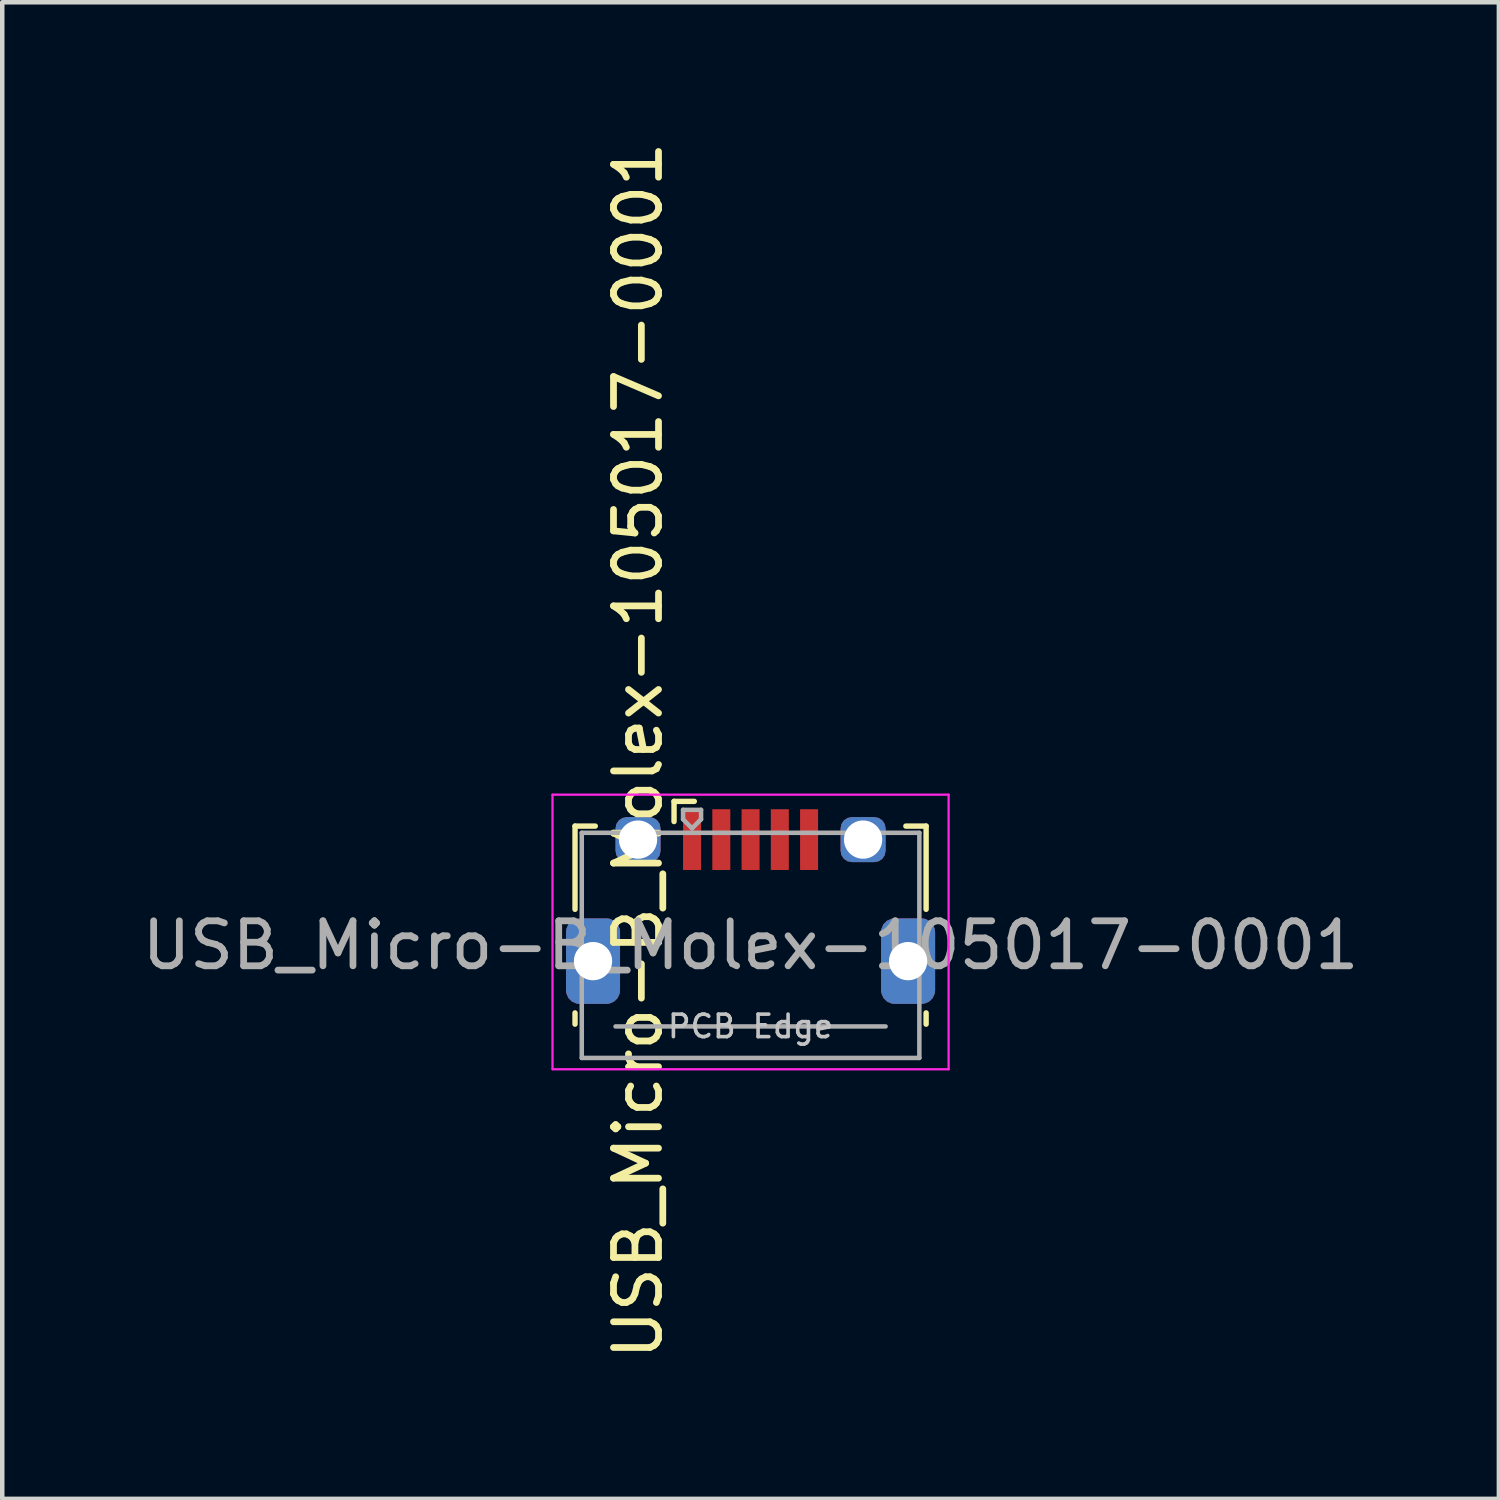
<source format=kicad_pcb>
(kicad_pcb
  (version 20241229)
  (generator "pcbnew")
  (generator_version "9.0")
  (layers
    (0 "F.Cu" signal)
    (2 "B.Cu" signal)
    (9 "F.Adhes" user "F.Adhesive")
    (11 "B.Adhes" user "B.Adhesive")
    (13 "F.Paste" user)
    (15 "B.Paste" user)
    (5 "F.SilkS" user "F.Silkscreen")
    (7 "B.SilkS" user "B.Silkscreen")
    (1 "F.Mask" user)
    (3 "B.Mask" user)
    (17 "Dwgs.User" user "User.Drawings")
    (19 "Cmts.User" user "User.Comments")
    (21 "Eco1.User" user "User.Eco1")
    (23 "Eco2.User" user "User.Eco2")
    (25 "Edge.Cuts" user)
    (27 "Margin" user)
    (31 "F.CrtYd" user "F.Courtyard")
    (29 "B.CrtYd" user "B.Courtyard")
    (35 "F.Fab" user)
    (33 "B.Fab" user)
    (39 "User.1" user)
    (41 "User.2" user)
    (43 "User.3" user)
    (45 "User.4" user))
  (footprint "USB_Micro-B_Molex-105017-0001"
    (layer "F.Cu")
    (at 13.625 17.065)
    (property "Reference" "USB_Micro-B_Molex-105017-0001" (at -2.5 -3.44 90) (layer "F.SilkS") (effects (font (size 1 1) (thickness 0.15))))
    (attr smd)
    (fp_line (start -3.9 -1.762) (end -3.45 -1.762) (stroke (width 0.12) (type solid)) (layer "F.SilkS"))
    (fp_line (start -3.9 0.087) (end -3.9 -1.762) (stroke (width 0.12) (type solid)) (layer "F.SilkS"))
    (fp_line (start -3.9 2.638) (end -3.9 2.388) (stroke (width 0.12) (type solid)) (layer "F.SilkS"))
    (fp_line (start -1.7 -2.312) (end -1.7 -1.863) (stroke (width 0.12) (type solid)) (layer "F.SilkS"))
    (fp_line (start -1.7 -2.312) (end -1.25 -2.312) (stroke (width 0.12) (type solid)) (layer "F.SilkS"))
    (fp_line (start 3.9 -1.762) (end 3.45 -1.762) (stroke (width 0.12) (type solid)) (layer "F.SilkS"))
    (fp_line (start 3.9 0.087) (end 3.9 -1.762) (stroke (width 0.12) (type solid)) (layer "F.SilkS"))
    (fp_line (start 3.9 2.638) (end 3.9 2.388) (stroke (width 0.12) (type solid)) (layer "F.SilkS"))
    (fp_line (start -4.4 -2.46) (end 4.4 -2.46) (stroke (width 0.05) (type solid)) (layer "F.CrtYd"))
    (fp_line (start -4.4 3.64) (end -4.4 -2.46) (stroke (width 0.05) (type solid)) (layer "F.CrtYd"))
    (fp_line (start -4.4 3.64) (end 4.4 3.64) (stroke (width 0.05) (type solid)) (layer "F.CrtYd"))
    (fp_line (start 4.4 -2.46) (end 4.4 3.64) (stroke (width 0.05) (type solid)) (layer "F.CrtYd"))
    (fp_line (start -3.75 -1.613) (end 3.75 -1.613) (stroke (width 0.1) (type solid)) (layer "F.Fab"))
    (fp_line (start -3.75 3.388) (end -3.75 -1.613) (stroke (width 0.1) (type solid)) (layer "F.Fab"))
    (fp_line (start -3.75 3.389) (end 3.75 3.389) (stroke (width 0.1) (type solid)) (layer "F.Fab"))
    (fp_line (start -3 2.689) (end 3 2.689) (stroke (width 0.1) (type solid)) (layer "F.Fab"))
    (fp_line (start -1.5 -2.123) (end -1.5 -1.913) (stroke (width 0.1) (type solid)) (layer "F.Fab"))
    (fp_line (start -1.5 -2.123) (end -1.1 -2.123) (stroke (width 0.1) (type solid)) (layer "F.Fab"))
    (fp_line (start -1.3 -1.712) (end -1.5 -1.913) (stroke (width 0.1) (type solid)) (layer "F.Fab"))
    (fp_line (start -1.1 -2.123) (end -1.1 -1.913) (stroke (width 0.1) (type solid)) (layer "F.Fab"))
    (fp_line (start -1.1 -1.913) (end -1.3 -1.712) (stroke (width 0.1) (type solid)) (layer "F.Fab"))
    (fp_line (start 3.75 3.388) (end 3.75 -1.613) (stroke (width 0.1) (type solid)) (layer "F.Fab"))
    (fp_text user "PCB Edge" (at 0 2.688 0) (layer "Dwgs.User") (effects (font (size 0.5 0.5) (thickness 0.08))))
    (fp_text user "${REFERENCE}" (at 0 0.887 0) (layer "F.Fab") (effects (font (size 1 1) (thickness 0.15))))
    (pad "" thru_hole roundrect (at -2.5 -1.462) (size 1 1) (drill 0.85) (layers "*.Cu" "*.Mask") (roundrect_rratio 0.25))
    (pad "" thru_hole roundrect (at 2.5 -1.462) (size 1 1) (drill 0.85) (layers "*.Cu" "*.Mask") (roundrect_rratio 0.25))
    (pad "1" smd rect (at -1.3 -1.462) (size 0.4 1.35) (layers "F.Cu" "F.Mask" "F.Paste"))
    (pad "2" smd rect (at -0.65 -1.462) (size 0.4 1.35) (layers "F.Cu" "F.Mask" "F.Paste"))
    (pad "3" smd rect (at 0 -1.462) (size 0.4 1.35) (layers "F.Cu" "F.Mask" "F.Paste"))
    (pad "4" smd rect (at 0.65 -1.462) (size 0.4 1.35) (layers "F.Cu" "F.Mask" "F.Paste"))
    (pad "5" smd rect (at 1.3 -1.462) (size 0.4 1.35) (layers "F.Cu" "F.Mask" "F.Paste"))
    (pad "6" thru_hole roundrect (at -3.5 1.238 180) (size 1.2 1.9) (drill 0.85) (layers "*.Cu" "*.Mask") (roundrect_rratio 0.25))
    (pad "6" thru_hole roundrect (at 3.5 1.238) (size 1.2 1.9) (drill 0.85) (layers "*.Cu" "*.Mask") (roundrect_rratio 0.25)))
  (gr_rect
    (start -3 -3)
    (end 30.25 30.25)
    (stroke (width 0.1) (type default))
    (fill no)
    (layer "Edge.Cuts")))
</source>
